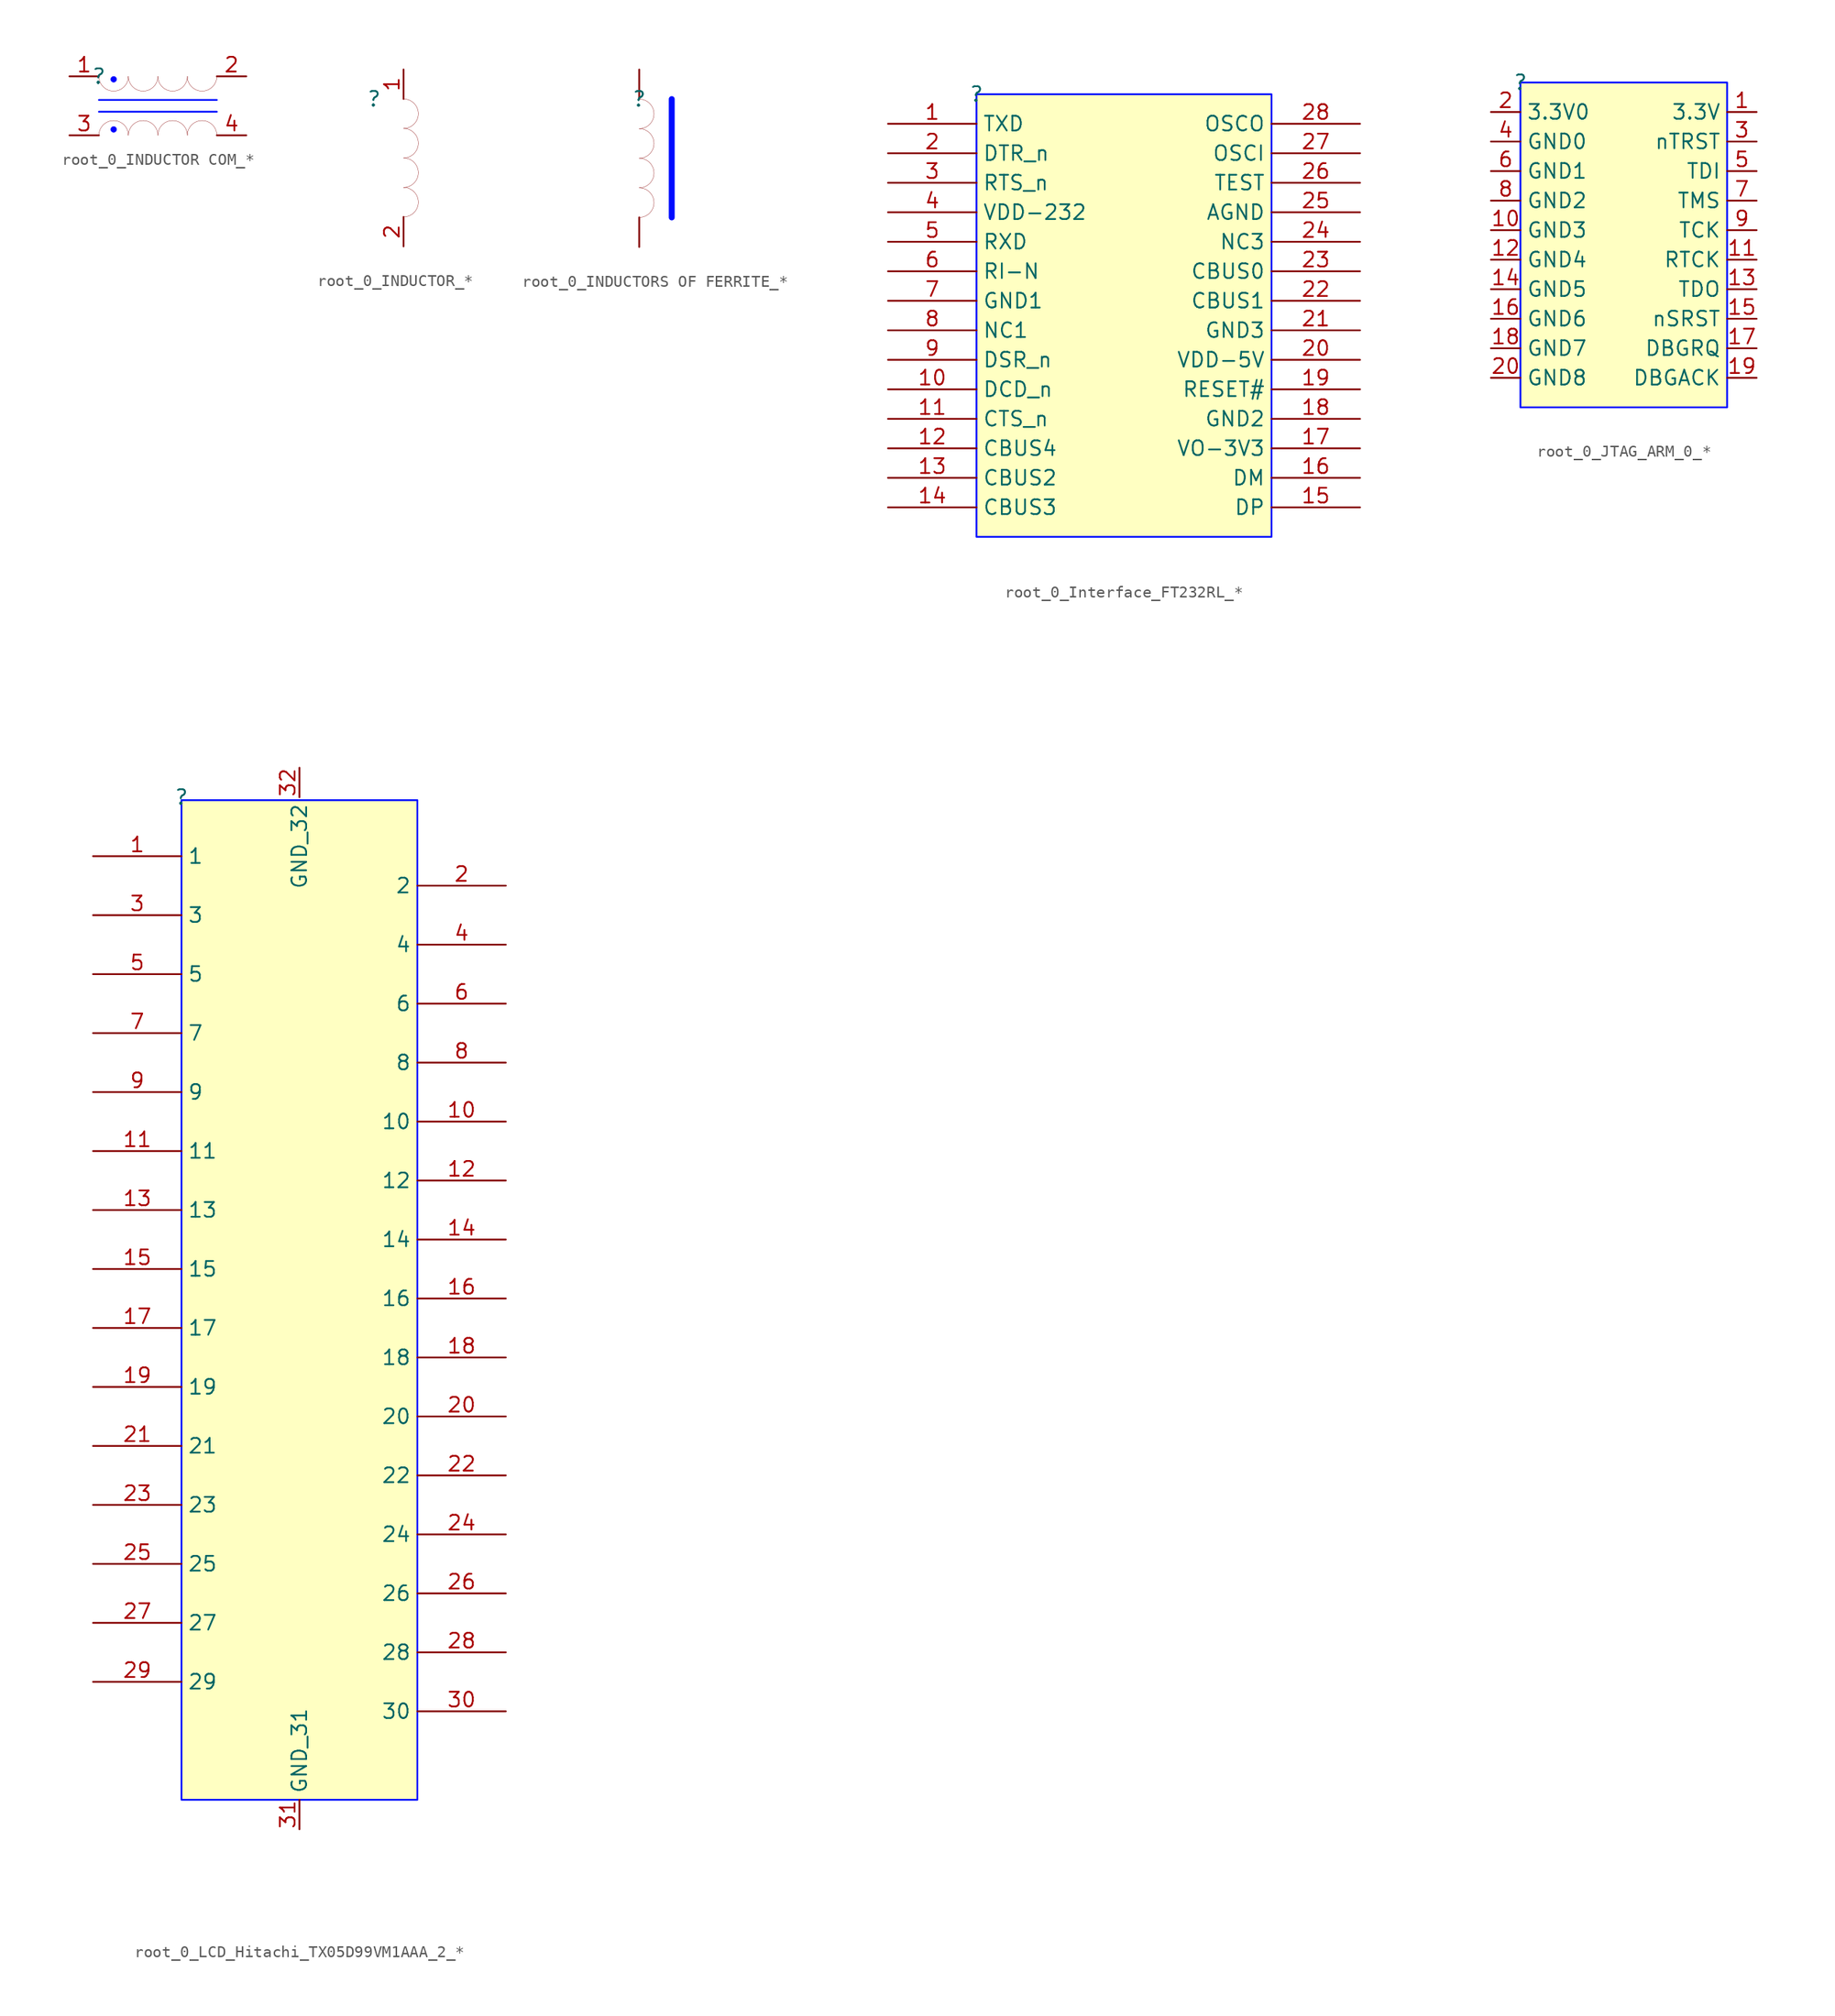
<source format=kicad_sym>
(kicad_symbol_lib
  (version 20241209)
  (generator "kicad_symbol_editor")
  (generator_version "9.0")
  (symbol "root_0_INDUCTOR COM_*"
    (pin_names
      (hide yes))
    (property "Reference" ""
      (at 0 0 0)
      (effects (font (size 1.27 1.27))))
    (property "Value" ""
      (at 0 0 0)
      (effects (font (size 1.27 1.27))))
    (symbol "root_0_INDUCTOR COM_*_1_0"
      (polyline (pts (xy 0 -3.048) (xy 10.16 -3.048)) (stroke (width 0) (type solid) (color 0 11 255 1)) (fill (type none)))
      (arc (start 1.27 -1.27) (mid 0.372 -0.898) (end 0 0) (stroke (width 0.0254) (type solid)) (fill (type none)))
      (arc (start 2.54 0) (mid 2.168 -0.898) (end 1.27 -1.27) (stroke (width 0.0254) (type solid)) (fill (type none)))
      (circle (center 1.27 -0.254) (radius 0.254) (stroke (width 0.025) (type solid) (color 0 11 255 1)) (fill (type color) (color 0 0 255 1)))
      (circle (center 1.27 -4.572) (radius 0.254) (stroke (width 0.025) (type solid) (color 0 11 255 1)) (fill (type color) (color 0 0 255 1)))
      (arc (start 0 -5.08) (mid 0.372 -4.182) (end 1.27 -3.81) (stroke (width 0.0254) (type solid)) (fill (type none)))
      (arc (start 1.27 -3.81) (mid 2.168 -4.182) (end 2.54 -5.08) (stroke (width 0.0254) (type solid)) (fill (type none)))
      (arc (start 3.81 -1.27) (mid 2.912 -0.898) (end 2.54 0) (stroke (width 0.0254) (type solid)) (fill (type none)))
      (arc (start 5.08 0) (mid 4.708 -0.898) (end 3.81 -1.27) (stroke (width 0.0254) (type solid)) (fill (type none)))
      (arc (start 2.54 -5.08) (mid 2.912 -4.182) (end 3.81 -3.81) (stroke (width 0.0254) (type solid)) (fill (type none)))
      (arc (start 3.81 -3.81) (mid 4.708 -4.182) (end 5.08 -5.08) (stroke (width 0.0254) (type solid)) (fill (type none)))
      (arc (start 6.35 -1.27) (mid 5.452 -0.898) (end 5.08 0) (stroke (width 0.0254) (type solid)) (fill (type none)))
      (arc (start 7.62 0) (mid 7.248 -0.898) (end 6.35 -1.27) (stroke (width 0.0254) (type solid)) (fill (type none)))
      (arc (start 5.08 -5.08) (mid 5.452 -4.182) (end 6.35 -3.81) (stroke (width 0.0254) (type solid)) (fill (type none)))
      (arc (start 6.35 -3.81) (mid 7.248 -4.182) (end 7.62 -5.08) (stroke (width 0.0254) (type solid)) (fill (type none)))
      (arc (start 8.89 -1.27) (mid 7.992 -0.898) (end 7.62 0) (stroke (width 0.0254) (type solid)) (fill (type none)))
      (arc (start 10.16 0) (mid 9.788 -0.898) (end 8.89 -1.27) (stroke (width 0.0254) (type solid)) (fill (type none)))
      (arc (start 7.62 -5.08) (mid 7.992 -4.182) (end 8.89 -3.81) (stroke (width 0.0254) (type solid)) (fill (type none)))
      (arc (start 8.89 -3.81) (mid 9.788 -4.182) (end 10.16 -5.08) (stroke (width 0.0254) (type solid)) (fill (type none)))
      (polyline (pts (xy 10.16 -2.032) (xy 0 -2.032)) (stroke (width 0) (type solid) (color 0 11 255 1)) (fill (type none)))
      (pin passive line (at -2.54 0 0) (length 2.54) (name "1" (effects (font (size 1.27 1.27)))) (number "1" (effects (font (size 1.27 1.27)))))
      (pin passive line (at -2.54 -5.08 0) (length 2.54) (name "3" (effects (font (size 1.27 1.27)))) (number "3" (effects (font (size 1.27 1.27)))))
      (pin passive line (at 12.7 0 180) (length 2.54) (name "2" (effects (font (size 1.27 1.27)))) (number "2" (effects (font (size 1.27 1.27)))))
      (pin passive line (at 12.7 -5.08 180) (length 2.54) (name "4" (effects (font (size 1.27 1.27)))) (number "4" (effects (font (size 1.27 1.27)))))))
  (symbol "root_0_INDUCTOR_*"
    (pin_names
      (hide yes))
    (property "Reference" ""
      (at 0 0 0)
      (effects (font (size 1.27 1.27))))
    (property "Value" ""
      (at 0 0 0)
      (effects (font (size 1.27 1.27))))
    (symbol "root_0_INDUCTOR_*_1_0"
      (arc (start 2.54 0) (mid 3.438 -0.372) (end 3.81 -1.27) (stroke (width 0.0254) (type solid)) (fill (type none)))
      (arc (start 3.81 -1.27) (mid 3.438 -2.168) (end 2.54 -2.54) (stroke (width 0.0254) (type solid)) (fill (type none)))
      (arc (start 2.54 -2.54) (mid 3.438 -2.912) (end 3.81 -3.81) (stroke (width 0.0254) (type solid)) (fill (type none)))
      (arc (start 3.81 -3.81) (mid 3.438 -4.708) (end 2.54 -5.08) (stroke (width 0.0254) (type solid)) (fill (type none)))
      (arc (start 2.54 -5.08) (mid 3.438 -5.452) (end 3.81 -6.35) (stroke (width 0.0254) (type solid)) (fill (type none)))
      (arc (start 3.81 -6.35) (mid 3.438 -7.248) (end 2.54 -7.62) (stroke (width 0.0254) (type solid)) (fill (type none)))
      (arc (start 2.54 -7.62) (mid 3.438 -7.992) (end 3.81 -8.89) (stroke (width 0.0254) (type solid)) (fill (type none)))
      (arc (start 3.81 -8.89) (mid 3.438 -9.788) (end 2.54 -10.16) (stroke (width 0.0254) (type solid)) (fill (type none)))
      (pin passive line (at 2.54 2.54 270) (length 2.54) (name "1" (effects (font (size 1.27 1.27)))) (number "1" (effects (font (size 1.27 1.27)))))
      (pin passive line (at 2.54 -12.7 90) (length 2.54) (name "2" (effects (font (size 1.27 1.27)))) (number "2" (effects (font (size 1.27 1.27)))))))
  (symbol "root_0_INDUCTORS OF FERRITE_*"
    (pin_numbers
      (hide yes))
    (pin_names
      (hide yes))
    (property "Reference" ""
      (at 0 0 0)
      (effects (font (size 1.27 1.27))))
    (property "Value" ""
      (at 0 0 0)
      (effects (font (size 1.27 1.27))))
    (symbol "root_0_INDUCTORS OF FERRITE_*_1_0"
      (arc (start 0 0) (mid 0.898 -0.372) (end 1.27 -1.27) (stroke (width 0.0254) (type solid)) (fill (type none)))
      (arc (start 1.27 -1.27) (mid 0.898 -2.168) (end 0 -2.54) (stroke (width 0.0254) (type solid)) (fill (type none)))
      (arc (start 0 -2.54) (mid 0.898 -2.912) (end 1.27 -3.81) (stroke (width 0.0254) (type solid)) (fill (type none)))
      (arc (start 1.27 -3.81) (mid 0.898 -4.708) (end 0 -5.08) (stroke (width 0.0254) (type solid)) (fill (type none)))
      (arc (start 0 -5.08) (mid 0.898 -5.452) (end 1.27 -6.35) (stroke (width 0.0254) (type solid)) (fill (type none)))
      (arc (start 1.27 -6.35) (mid 0.898 -7.248) (end 0 -7.62) (stroke (width 0.0254) (type solid)) (fill (type none)))
      (arc (start 0 -7.62) (mid 0.898 -7.992) (end 1.27 -8.89) (stroke (width 0.0254) (type solid)) (fill (type none)))
      (arc (start 1.27 -8.89) (mid 0.898 -9.788) (end 0 -10.16) (stroke (width 0.0254) (type solid)) (fill (type none)))
      (polyline (pts (xy 2.794 0) (xy 2.794 -10.16)) (stroke (width 0.508) (type solid) (color 0 11 255 1)) (fill (type none)))
      (pin passive line (at 0 2.54 270) (length 2.54) (name "1" (effects (font (size 1.27 1.27)))) (number "1" (effects (font (size 1.27 1.27)))))
      (pin passive line (at 0 -12.7 90) (length 2.54) (name "2" (effects (font (size 1.27 1.27)))) (number "2" (effects (font (size 1.27 1.27)))))))
  (symbol "root_0_Interface_FT232RL_*"
    (property "Reference" ""
      (at 0 0 0)
      (effects (font (size 1.27 1.27))))
    (property "Value" ""
      (at 0 0 0)
      (effects (font (size 1.27 1.27))))
    (symbol "root_0_Interface_FT232RL_*_1_0"
      (rectangle (start 25.4 0) (end 0 -38.1) (stroke (width 0) (type solid) (color 0 11 255 1)) (fill (type background)))
      (pin passive line (at -7.62 -2.54 0) (length 7.62) (name "TXD" (effects (font (size 1.27 1.27)))) (number "1" (effects (font (size 1.27 1.27)))))
      (pin passive line (at -7.62 -5.08 0) (length 7.62) (name "DTR_n" (effects (font (size 1.27 1.27)))) (number "2" (effects (font (size 1.27 1.27)))))
      (pin passive line (at -7.62 -7.62 0) (length 7.62) (name "RTS_n" (effects (font (size 1.27 1.27)))) (number "3" (effects (font (size 1.27 1.27)))))
      (pin passive line (at -7.62 -10.16 0) (length 7.62) (name "VDD-232" (effects (font (size 1.27 1.27)))) (number "4" (effects (font (size 1.27 1.27)))))
      (pin passive line (at -7.62 -12.7 0) (length 7.62) (name "RXD" (effects (font (size 1.27 1.27)))) (number "5" (effects (font (size 1.27 1.27)))))
      (pin passive line (at -7.62 -15.24 0) (length 7.62) (name "RI-N" (effects (font (size 1.27 1.27)))) (number "6" (effects (font (size 1.27 1.27)))))
      (pin passive line (at -7.62 -17.78 0) (length 7.62) (name "GND1" (effects (font (size 1.27 1.27)))) (number "7" (effects (font (size 1.27 1.27)))))
      (pin passive line (at -7.62 -20.32 0) (length 7.62) (name "NC1" (effects (font (size 1.27 1.27)))) (number "8" (effects (font (size 1.27 1.27)))))
      (pin passive line (at -7.62 -22.86 0) (length 7.62) (name "DSR_n" (effects (font (size 1.27 1.27)))) (number "9" (effects (font (size 1.27 1.27)))))
      (pin passive line (at -7.62 -25.4 0) (length 7.62) (name "DCD_n" (effects (font (size 1.27 1.27)))) (number "10" (effects (font (size 1.27 1.27)))))
      (pin passive line (at -7.62 -27.94 0) (length 7.62) (name "CTS_n" (effects (font (size 1.27 1.27)))) (number "11" (effects (font (size 1.27 1.27)))))
      (pin passive line (at -7.62 -30.48 0) (length 7.62) (name "CBUS4" (effects (font (size 1.27 1.27)))) (number "12" (effects (font (size 1.27 1.27)))))
      (pin passive line (at -7.62 -33.02 0) (length 7.62) (name "CBUS2" (effects (font (size 1.27 1.27)))) (number "13" (effects (font (size 1.27 1.27)))))
      (pin passive line (at -7.62 -35.56 0) (length 7.62) (name "CBUS3" (effects (font (size 1.27 1.27)))) (number "14" (effects (font (size 1.27 1.27)))))
      (pin passive line (at 33.02 -2.54 180) (length 7.62) (name "OSCO" (effects (font (size 1.27 1.27)))) (number "28" (effects (font (size 1.27 1.27)))))
      (pin passive line (at 33.02 -5.08 180) (length 7.62) (name "OSCI" (effects (font (size 1.27 1.27)))) (number "27" (effects (font (size 1.27 1.27)))))
      (pin passive line (at 33.02 -7.62 180) (length 7.62) (name "TEST" (effects (font (size 1.27 1.27)))) (number "26" (effects (font (size 1.27 1.27)))))
      (pin passive line (at 33.02 -10.16 180) (length 7.62) (name "AGND" (effects (font (size 1.27 1.27)))) (number "25" (effects (font (size 1.27 1.27)))))
      (pin passive line (at 33.02 -12.7 180) (length 7.62) (name "NC3" (effects (font (size 1.27 1.27)))) (number "24" (effects (font (size 1.27 1.27)))))
      (pin passive line (at 33.02 -15.24 180) (length 7.62) (name "CBUS0" (effects (font (size 1.27 1.27)))) (number "23" (effects (font (size 1.27 1.27)))))
      (pin passive line (at 33.02 -17.78 180) (length 7.62) (name "CBUS1" (effects (font (size 1.27 1.27)))) (number "22" (effects (font (size 1.27 1.27)))))
      (pin passive line (at 33.02 -20.32 180) (length 7.62) (name "GND3" (effects (font (size 1.27 1.27)))) (number "21" (effects (font (size 1.27 1.27)))))
      (pin passive line (at 33.02 -22.86 180) (length 7.62) (name "VDD-5V" (effects (font (size 1.27 1.27)))) (number "20" (effects (font (size 1.27 1.27)))))
      (pin passive line (at 33.02 -25.4 180) (length 7.62) (name "RESET#" (effects (font (size 1.27 1.27)))) (number "19" (effects (font (size 1.27 1.27)))))
      (pin passive line (at 33.02 -27.94 180) (length 7.62) (name "GND2" (effects (font (size 1.27 1.27)))) (number "18" (effects (font (size 1.27 1.27)))))
      (pin passive line (at 33.02 -30.48 180) (length 7.62) (name "VO-3V3" (effects (font (size 1.27 1.27)))) (number "17" (effects (font (size 1.27 1.27)))))
      (pin passive line (at 33.02 -33.02 180) (length 7.62) (name "DM" (effects (font (size 1.27 1.27)))) (number "16" (effects (font (size 1.27 1.27)))))
      (pin passive line (at 33.02 -35.56 180) (length 7.62) (name "DP" (effects (font (size 1.27 1.27)))) (number "15" (effects (font (size 1.27 1.27)))))))
  (symbol "root_0_JTAG_ARM_0_*"
    (property "Reference" ""
      (at 0 0 0)
      (effects (font (size 1.27 1.27))))
    (property "Value" ""
      (at 0 0 0)
      (effects (font (size 1.27 1.27))))
    (symbol "root_0_JTAG_ARM_0_*_1_0"
      (rectangle (start 17.78 0) (end 0 -27.94) (stroke (width 0) (type solid) (color 0 11 255 1)) (fill (type background)))
      (pin passive line (at -2.54 -2.54 0) (length 2.54) (name "3.3V0" (effects (font (size 1.27 1.27)))) (number "2" (effects (font (size 1.27 1.27)))))
      (pin passive line (at -2.54 -5.08 0) (length 2.54) (name "GND0" (effects (font (size 1.27 1.27)))) (number "4" (effects (font (size 1.27 1.27)))))
      (pin passive line (at -2.54 -7.62 0) (length 2.54) (name "GND1" (effects (font (size 1.27 1.27)))) (number "6" (effects (font (size 1.27 1.27)))))
      (pin passive line (at -2.54 -10.16 0) (length 2.54) (name "GND2" (effects (font (size 1.27 1.27)))) (number "8" (effects (font (size 1.27 1.27)))))
      (pin passive line (at -2.54 -12.7 0) (length 2.54) (name "GND3" (effects (font (size 1.27 1.27)))) (number "10" (effects (font (size 1.27 1.27)))))
      (pin passive line (at -2.54 -15.24 0) (length 2.54) (name "GND4" (effects (font (size 1.27 1.27)))) (number "12" (effects (font (size 1.27 1.27)))))
      (pin passive line (at -2.54 -17.78 0) (length 2.54) (name "GND5" (effects (font (size 1.27 1.27)))) (number "14" (effects (font (size 1.27 1.27)))))
      (pin passive line (at -2.54 -20.32 0) (length 2.54) (name "GND6" (effects (font (size 1.27 1.27)))) (number "16" (effects (font (size 1.27 1.27)))))
      (pin passive line (at -2.54 -22.86 0) (length 2.54) (name "GND7" (effects (font (size 1.27 1.27)))) (number "18" (effects (font (size 1.27 1.27)))))
      (pin passive line (at -2.54 -25.4 0) (length 2.54) (name "GND8" (effects (font (size 1.27 1.27)))) (number "20" (effects (font (size 1.27 1.27)))))
      (pin passive line (at 20.32 -2.54 180) (length 2.54) (name "3.3V" (effects (font (size 1.27 1.27)))) (number "1" (effects (font (size 1.27 1.27)))))
      (pin passive line (at 20.32 -5.08 180) (length 2.54) (name "nTRST" (effects (font (size 1.27 1.27)))) (number "3" (effects (font (size 1.27 1.27)))))
      (pin passive line (at 20.32 -7.62 180) (length 2.54) (name "TDI" (effects (font (size 1.27 1.27)))) (number "5" (effects (font (size 1.27 1.27)))))
      (pin passive line (at 20.32 -10.16 180) (length 2.54) (name "TMS" (effects (font (size 1.27 1.27)))) (number "7" (effects (font (size 1.27 1.27)))))
      (pin passive line (at 20.32 -12.7 180) (length 2.54) (name "TCK" (effects (font (size 1.27 1.27)))) (number "9" (effects (font (size 1.27 1.27)))))
      (pin passive line (at 20.32 -15.24 180) (length 2.54) (name "RTCK" (effects (font (size 1.27 1.27)))) (number "11" (effects (font (size 1.27 1.27)))))
      (pin passive line (at 20.32 -17.78 180) (length 2.54) (name "TDO" (effects (font (size 1.27 1.27)))) (number "13" (effects (font (size 1.27 1.27)))))
      (pin passive line (at 20.32 -20.32 180) (length 2.54) (name "nSRST" (effects (font (size 1.27 1.27)))) (number "15" (effects (font (size 1.27 1.27)))))
      (pin passive line (at 20.32 -22.86 180) (length 2.54) (name "DBGRQ" (effects (font (size 1.27 1.27)))) (number "17" (effects (font (size 1.27 1.27)))))
      (pin passive line (at 20.32 -25.4 180) (length 2.54) (name "DBGACK" (effects (font (size 1.27 1.27)))) (number "19" (effects (font (size 1.27 1.27)))))))
  (symbol "root_0_LCD_Hitachi_TX05D99VM1AAA_2_*"
    (property "Reference" ""
      (at 0 0 0)
      (effects (font (size 1.27 1.27))))
    (property "Value" ""
      (at 0 0 0)
      (effects (font (size 1.27 1.27))))
    (symbol "root_0_LCD_Hitachi_TX05D99VM1AAA_2_*_1_0"
      (rectangle (start 20.32 -0.254) (end 0 -86.36) (stroke (width 0) (type solid) (color 0 11 255 1)) (fill (type background)))
      (pin passive line (at -7.62 -5.08 0) (length 7.62) (name "1" (effects (font (size 1.27 1.27)))) (number "1" (effects (font (size 1.27 1.27)))))
      (pin passive line (at -7.62 -10.16 0) (length 7.62) (name "3" (effects (font (size 1.27 1.27)))) (number "3" (effects (font (size 1.27 1.27)))))
      (pin passive line (at -7.62 -15.24 0) (length 7.62) (name "5" (effects (font (size 1.27 1.27)))) (number "5" (effects (font (size 1.27 1.27)))))
      (pin passive line (at -7.62 -20.32 0) (length 7.62) (name "7" (effects (font (size 1.27 1.27)))) (number "7" (effects (font (size 1.27 1.27)))))
      (pin passive line (at -7.62 -25.4 0) (length 7.62) (name "9" (effects (font (size 1.27 1.27)))) (number "9" (effects (font (size 1.27 1.27)))))
      (pin passive line (at -7.62 -30.48 0) (length 7.62) (name "11" (effects (font (size 1.27 1.27)))) (number "11" (effects (font (size 1.27 1.27)))))
      (pin passive line (at -7.62 -35.56 0) (length 7.62) (name "13" (effects (font (size 1.27 1.27)))) (number "13" (effects (font (size 1.27 1.27)))))
      (pin passive line (at -7.62 -40.64 0) (length 7.62) (name "15" (effects (font (size 1.27 1.27)))) (number "15" (effects (font (size 1.27 1.27)))))
      (pin passive line (at -7.62 -45.72 0) (length 7.62) (name "17" (effects (font (size 1.27 1.27)))) (number "17" (effects (font (size 1.27 1.27)))))
      (pin passive line (at -7.62 -50.8 0) (length 7.62) (name "19" (effects (font (size 1.27 1.27)))) (number "19" (effects (font (size 1.27 1.27)))))
      (pin passive line (at -7.62 -55.88 0) (length 7.62) (name "21" (effects (font (size 1.27 1.27)))) (number "21" (effects (font (size 1.27 1.27)))))
      (pin passive line (at -7.62 -60.96 0) (length 7.62) (name "23" (effects (font (size 1.27 1.27)))) (number "23" (effects (font (size 1.27 1.27)))))
      (pin passive line (at -7.62 -66.04 0) (length 7.62) (name "25" (effects (font (size 1.27 1.27)))) (number "25" (effects (font (size 1.27 1.27)))))
      (pin passive line (at -7.62 -71.12 0) (length 7.62) (name "27" (effects (font (size 1.27 1.27)))) (number "27" (effects (font (size 1.27 1.27)))))
      (pin passive line (at -7.62 -76.2 0) (length 7.62) (name "29" (effects (font (size 1.27 1.27)))) (number "29" (effects (font (size 1.27 1.27)))))
      (pin passive line (at 10.16 2.54 270) (length 2.54) (name "GND_32" (effects (font (size 1.27 1.27)))) (number "32" (effects (font (size 1.27 1.27)))))
      (pin passive line (at 10.16 -88.9 90) (length 2.54) (name "GND_31" (effects (font (size 1.27 1.27)))) (number "31" (effects (font (size 1.27 1.27)))))
      (pin passive line (at 27.94 -7.62 180) (length 7.62) (name "2" (effects (font (size 1.27 1.27)))) (number "2" (effects (font (size 1.27 1.27)))))
      (pin passive line (at 27.94 -12.7 180) (length 7.62) (name "4" (effects (font (size 1.27 1.27)))) (number "4" (effects (font (size 1.27 1.27)))))
      (pin passive line (at 27.94 -17.78 180) (length 7.62) (name "6" (effects (font (size 1.27 1.27)))) (number "6" (effects (font (size 1.27 1.27)))))
      (pin passive line (at 27.94 -22.86 180) (length 7.62) (name "8" (effects (font (size 1.27 1.27)))) (number "8" (effects (font (size 1.27 1.27)))))
      (pin passive line (at 27.94 -27.94 180) (length 7.62) (name "10" (effects (font (size 1.27 1.27)))) (number "10" (effects (font (size 1.27 1.27)))))
      (pin passive line (at 27.94 -33.02 180) (length 7.62) (name "12" (effects (font (size 1.27 1.27)))) (number "12" (effects (font (size 1.27 1.27)))))
      (pin passive line (at 27.94 -38.1 180) (length 7.62) (name "14" (effects (font (size 1.27 1.27)))) (number "14" (effects (font (size 1.27 1.27)))))
      (pin passive line (at 27.94 -43.18 180) (length 7.62) (name "16" (effects (font (size 1.27 1.27)))) (number "16" (effects (font (size 1.27 1.27)))))
      (pin passive line (at 27.94 -48.26 180) (length 7.62) (name "18" (effects (font (size 1.27 1.27)))) (number "18" (effects (font (size 1.27 1.27)))))
      (pin passive line (at 27.94 -53.34 180) (length 7.62) (name "20" (effects (font (size 1.27 1.27)))) (number "20" (effects (font (size 1.27 1.27)))))
      (pin passive line (at 27.94 -58.42 180) (length 7.62) (name "22" (effects (font (size 1.27 1.27)))) (number "22" (effects (font (size 1.27 1.27)))))
      (pin passive line (at 27.94 -63.5 180) (length 7.62) (name "24" (effects (font (size 1.27 1.27)))) (number "24" (effects (font (size 1.27 1.27)))))
      (pin passive line (at 27.94 -68.58 180) (length 7.62) (name "26" (effects (font (size 1.27 1.27)))) (number "26" (effects (font (size 1.27 1.27)))))
      (pin passive line (at 27.94 -73.66 180) (length 7.62) (name "28" (effects (font (size 1.27 1.27)))) (number "28" (effects (font (size 1.27 1.27)))))
      (pin passive line (at 27.94 -78.74 180) (length 7.62) (name "30" (effects (font (size 1.27 1.27)))) (number "30" (effects (font (size 1.27 1.27))))))))
</source>
